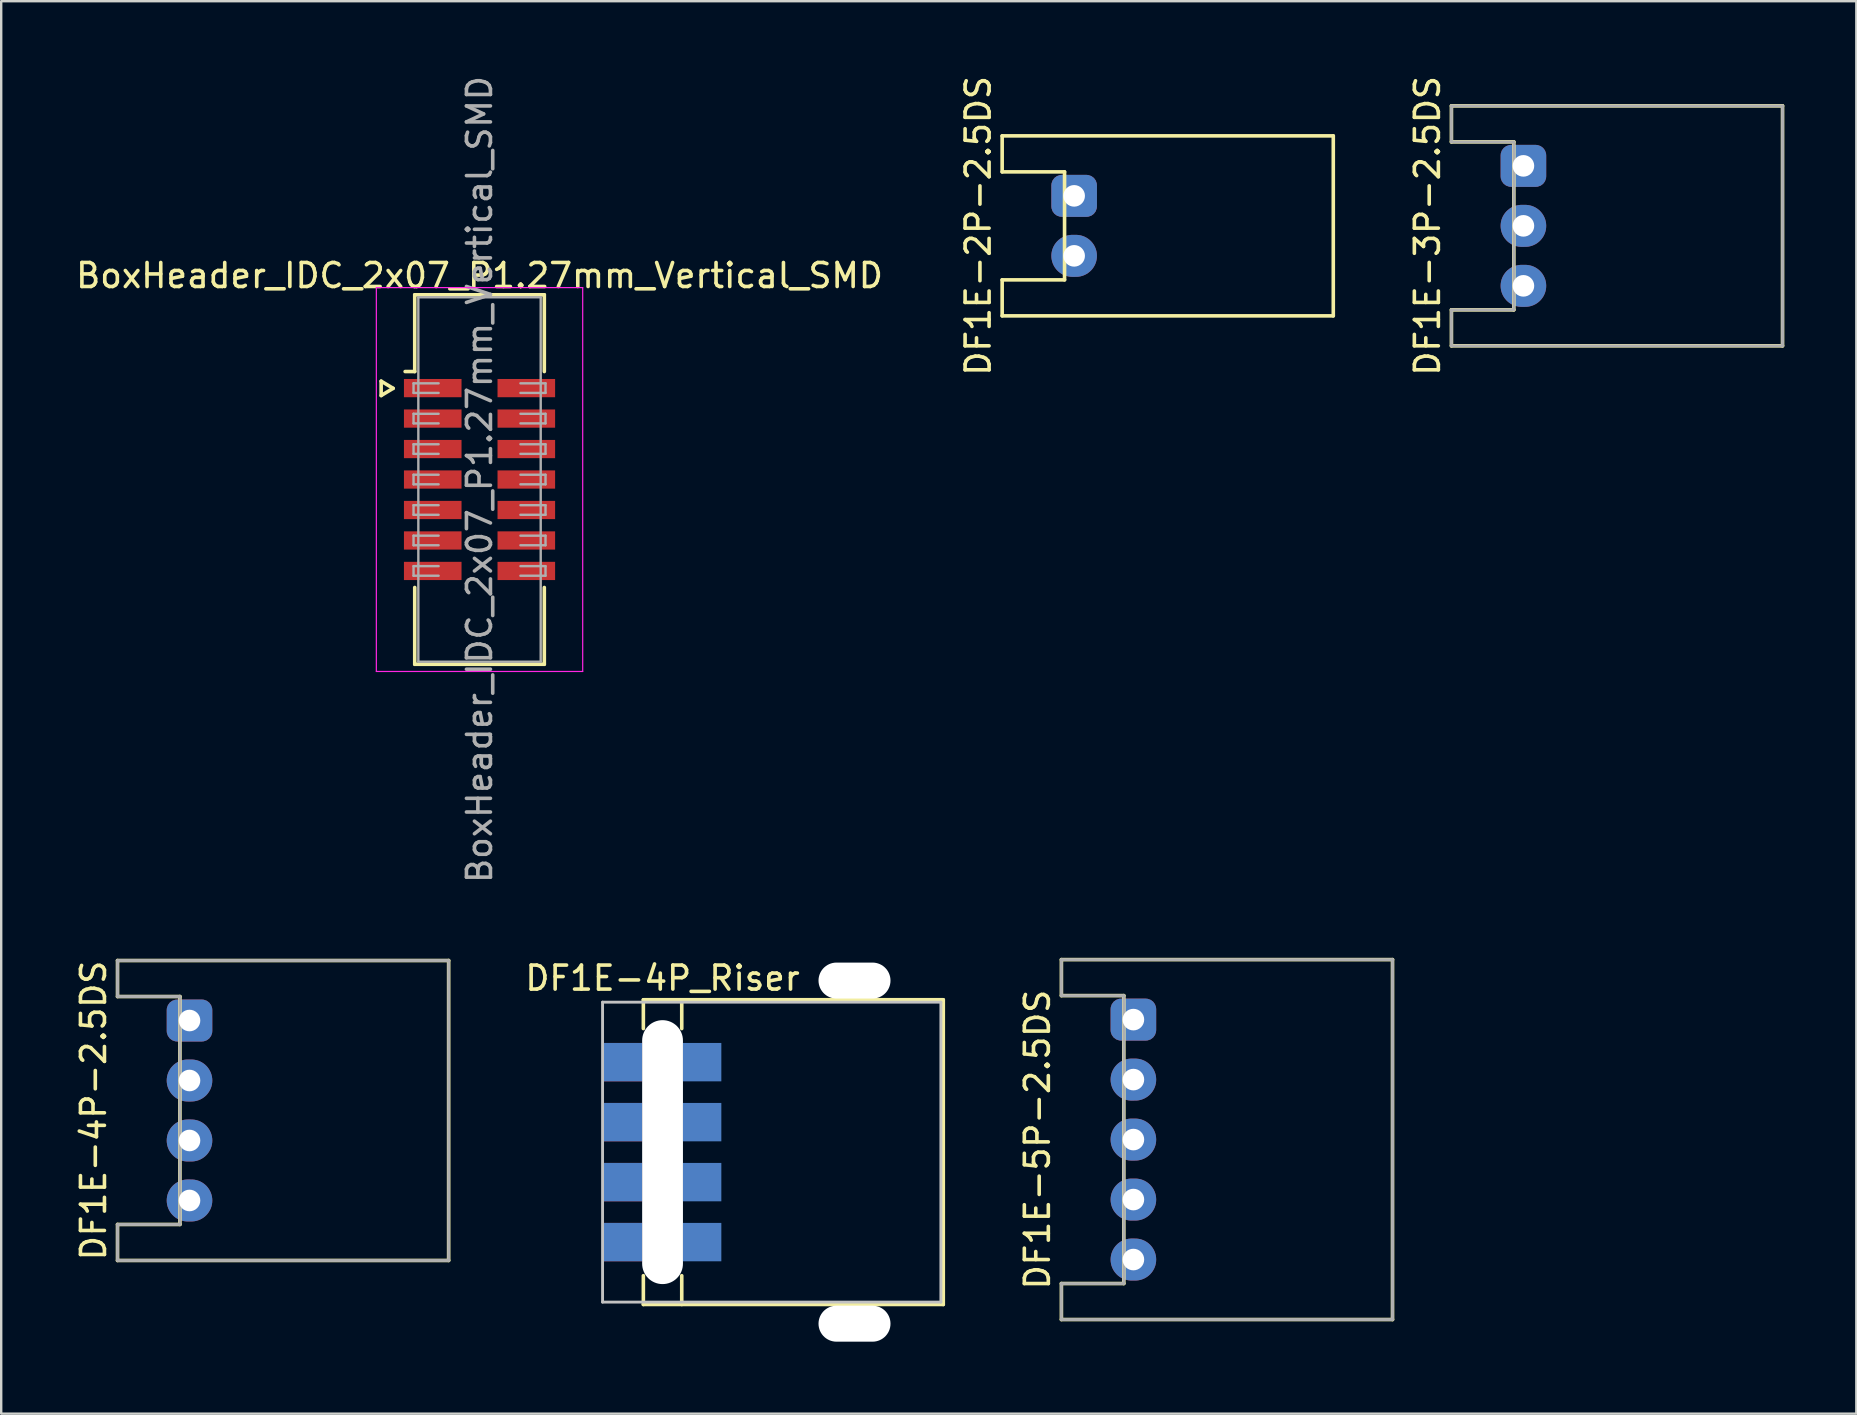
<source format=kicad_pcb>
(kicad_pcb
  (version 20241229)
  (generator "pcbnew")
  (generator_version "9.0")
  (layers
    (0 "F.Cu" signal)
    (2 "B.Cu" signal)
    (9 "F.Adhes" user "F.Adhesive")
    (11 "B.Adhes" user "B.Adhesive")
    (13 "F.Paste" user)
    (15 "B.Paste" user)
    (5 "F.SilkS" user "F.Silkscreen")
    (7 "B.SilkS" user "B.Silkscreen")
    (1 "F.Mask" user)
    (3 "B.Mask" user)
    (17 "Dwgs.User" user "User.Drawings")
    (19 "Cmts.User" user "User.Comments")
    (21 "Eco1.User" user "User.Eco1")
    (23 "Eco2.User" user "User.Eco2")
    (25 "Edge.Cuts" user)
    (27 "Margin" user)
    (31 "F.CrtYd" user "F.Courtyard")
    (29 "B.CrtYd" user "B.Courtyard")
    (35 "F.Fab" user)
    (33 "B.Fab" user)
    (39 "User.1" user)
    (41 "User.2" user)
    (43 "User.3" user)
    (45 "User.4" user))
  (footprint "DF1E-5P-2.5DS"
    (layer "F.Cu")
    (at 44.186 44.444)
    (property "Reference" "DF1E-5P-2.5DS" (at -4 0 90) (layer "F.SilkS") (effects (font (size 1 1) (thickness 0.15))))
    (attr through_hole)
    (fp_line (start -3 -6) (end -3 -7.5) (stroke (width 0.15) (type solid)) (layer "F.SilkS"))
    (fp_line (start -3 7.5) (end -3 6) (stroke (width 0.15) (type solid)) (layer "F.SilkS"))
    (fp_line (start -0.4 -6) (end -3 -6) (stroke (width 0.15) (type solid)) (layer "F.SilkS"))
    (fp_line (start -0.4 6) (end -3 6) (stroke (width 0.15) (type solid)) (layer "F.SilkS"))
    (fp_line (start -0.4 6) (end -0.4 -6) (stroke (width 0.15) (type solid)) (layer "F.SilkS"))
    (fp_line (start 10.8 -7.5) (end -3 -7.5) (stroke (width 0.15) (type solid)) (layer "F.SilkS"))
    (fp_line (start 10.8 7.5) (end -3 7.5) (stroke (width 0.15) (type solid)) (layer "F.SilkS"))
    (fp_line (start 10.8 7.5) (end 10.8 -7.5) (stroke (width 0.15) (type solid)) (layer "F.SilkS"))
    (fp_line (start -3 -7.5) (end -3 -6) (stroke (width 0.12) (type solid)) (layer "F.Fab"))
    (fp_line (start -3 -7.5) (end 10.8 -7.5) (stroke (width 0.12) (type solid)) (layer "F.Fab"))
    (fp_line (start -3 -6) (end -0.4 -6) (stroke (width 0.12) (type solid)) (layer "F.Fab"))
    (fp_line (start -3 6) (end -3 7.5) (stroke (width 0.12) (type solid)) (layer "F.Fab"))
    (fp_line (start -3 6) (end -0.4 6) (stroke (width 0.12) (type solid)) (layer "F.Fab"))
    (fp_line (start -3 7.5) (end 10.8 7.5) (stroke (width 0.12) (type solid)) (layer "F.Fab"))
    (fp_line (start -0.4 -6) (end -0.4 6) (stroke (width 0.12) (type solid)) (layer "F.Fab"))
    (fp_line (start 10.8 -7.5) (end 10.8 7.5) (stroke (width 0.12) (type solid)) (layer "F.Fab"))
    (pad "1" thru_hole roundrect (at 0 -5 180) (size 1.9 1.75) (drill 0.9) (layers "*.Cu" "*.Mask") (roundrect_rratio 0.25))
    (pad "2" thru_hole oval (at 0 -2.5 180) (size 1.9 1.75) (drill 0.9) (layers "*.Cu" "*.Mask"))
    (pad "3" thru_hole oval (at 0 0 180) (size 1.9 1.75) (drill 0.9) (layers "*.Cu" "*.Mask"))
    (pad "4" thru_hole oval (at 0 2.5 180) (size 1.9 1.75) (drill 0.9) (layers "*.Cu" "*.Mask"))
    (pad "5" thru_hole oval (at 0 5 180) (size 1.9 1.75) (drill 0.9) (layers "*.Cu" "*.Mask")))
  (footprint "DF1E-4P_Riser"
    (layer "F.Cu")
    (at 24.563 44.967)
    (property "Reference" "DF1E-4P_Riser" (at 0 -7.25 0) (layer "F.SilkS") (effects (font (size 1 1) (thickness 0.15))))
    (attr through_hole)
    (fp_line (start -0.8 -6.35) (end -0.8 -5.15) (stroke (width 0.15) (type solid)) (layer "F.SilkS"))
    (fp_line (start -0.8 -6.35) (end 11.7 -6.35) (stroke (width 0.15) (type solid)) (layer "F.SilkS"))
    (fp_line (start -0.8 5.15) (end -0.8 6.35) (stroke (width 0.15) (type solid)) (layer "F.SilkS"))
    (fp_line (start -0.8 6.35) (end 11.7 6.35) (stroke (width 0.15) (type solid)) (layer "F.SilkS"))
    (fp_line (start 0.8 -6.35) (end 0.8 -5.15) (stroke (width 0.15) (type solid)) (layer "F.SilkS"))
    (fp_line (start 0.8 5.15) (end 0.8 6.35) (stroke (width 0.15) (type solid)) (layer "F.SilkS"))
    (fp_line (start 11.7 -6.35) (end 11.7 6.35) (stroke (width 0.15) (type solid)) (layer "F.SilkS"))
    (fp_line (start -2.5 -6.25) (end -2.5 6.25) (stroke (width 0.12) (type solid)) (layer "Dwgs.User"))
    (fp_line (start -2.5 -6.25) (end 11.6 -6.25) (stroke (width 0.12) (type solid)) (layer "Dwgs.User"))
    (fp_line (start -2.5 6.25) (end 11.6 6.25) (stroke (width 0.12) (type solid)) (layer "Dwgs.User"))
    (fp_line (start 11.6 -6.25) (end 11.6 6.25) (stroke (width 0.12) (type solid)) (layer "Dwgs.User"))
    (pad "" np_thru_hole oval (at 0 0) (size 1.7 11) (drill oval 1.7 11) (layers "*.Cu" "*.Mask"))
    (pad "" np_thru_hole oval (at 8 -7.15) (size 3 1.5) (drill oval 3 1.5) (layers "*.Cu" "*.Mask"))
    (pad "" np_thru_hole oval (at 8 7.15) (size 3 1.5) (drill oval 3 1.5) (layers "*.Cu" "*.Mask"))
    (pad "1" connect rect (at -1.65 -3.75) (size 1.6 1.6) (layers "F.Cu" "F.Mask"))
    (pad "1" connect rect (at -1.65 -3.75) (size 1.6 1.6) (layers "B.Cu" "B.Mask"))
    (pad "1" connect rect (at 1.65 -3.75) (size 1.6 1.6) (layers "B.Cu" "B.Mask"))
    (pad "2" connect rect (at -1.65 -1.25) (size 1.6 1.6) (layers "F.Cu" "F.Mask"))
    (pad "2" connect rect (at -1.65 -1.25) (size 1.6 1.6) (layers "B.Cu" "B.Mask"))
    (pad "2" connect rect (at 1.65 -1.25) (size 1.6 1.6) (layers "B.Cu" "B.Mask"))
    (pad "3" connect rect (at -1.65 1.25) (size 1.6 1.6) (layers "F.Cu" "F.Mask"))
    (pad "3" connect rect (at -1.65 1.25) (size 1.6 1.6) (layers "B.Cu" "B.Mask"))
    (pad "3" connect rect (at 1.65 1.25) (size 1.6 1.6) (layers "B.Cu" "B.Mask"))
    (pad "4" connect rect (at -1.65 3.75) (size 1.6 1.6) (layers "F.Cu" "F.Mask"))
    (pad "4" connect rect (at -1.65 3.75) (size 1.6 1.6) (layers "B.Cu" "B.Mask"))
    (pad "4" connect rect (at 1.65 3.75) (size 1.6 1.6) (layers "B.Cu" "B.Mask")))
  (footprint "DF1E-3P-2.5DS"
    (layer "F.Cu")
    (at 60.441 6.363)
    (property "Reference" "DF1E-3P-2.5DS" (at -4 0 90) (layer "F.SilkS") (effects (font (size 1 1) (thickness 0.15))))
    (attr through_hole)
    (fp_line (start -3 -3.5) (end -3 -5) (stroke (width 0.15) (type solid)) (layer "F.SilkS"))
    (fp_line (start -3 5) (end -3 3.5) (stroke (width 0.15) (type solid)) (layer "F.SilkS"))
    (fp_line (start -0.4 -3.5) (end -3 -3.5) (stroke (width 0.15) (type solid)) (layer "F.SilkS"))
    (fp_line (start -0.4 3.5) (end -3 3.5) (stroke (width 0.15) (type solid)) (layer "F.SilkS"))
    (fp_line (start -0.4 3.5) (end -0.4 -3.5) (stroke (width 0.15) (type solid)) (layer "F.SilkS"))
    (fp_line (start 10.8 -5) (end -3 -5) (stroke (width 0.15) (type solid)) (layer "F.SilkS"))
    (fp_line (start 10.8 5) (end -3 5) (stroke (width 0.15) (type solid)) (layer "F.SilkS"))
    (fp_line (start 10.8 5) (end 10.8 -5) (stroke (width 0.15) (type solid)) (layer "F.SilkS"))
    (fp_line (start -3 -5) (end -3 -3.5) (stroke (width 0.12) (type solid)) (layer "F.Fab"))
    (fp_line (start -3 -5) (end 10.8 -5) (stroke (width 0.12) (type solid)) (layer "F.Fab"))
    (fp_line (start -3 -3.5) (end -0.4 -3.5) (stroke (width 0.12) (type solid)) (layer "F.Fab"))
    (fp_line (start -3 3.5) (end -3 5) (stroke (width 0.12) (type solid)) (layer "F.Fab"))
    (fp_line (start -3 3.5) (end -0.4 3.5) (stroke (width 0.12) (type solid)) (layer "F.Fab"))
    (fp_line (start -3 5) (end 10.8 5) (stroke (width 0.12) (type solid)) (layer "F.Fab"))
    (fp_line (start -0.4 -3.5) (end -0.4 3.5) (stroke (width 0.12) (type solid)) (layer "F.Fab"))
    (fp_line (start 10.8 -5) (end 10.8 5) (stroke (width 0.12) (type solid)) (layer "F.Fab"))
    (pad "1" thru_hole roundrect (at 0 -2.5 180) (size 1.9 1.75) (drill 0.9) (layers "*.Cu" "*.Mask") (roundrect_rratio 0.25))
    (pad "2" thru_hole oval (at 0 0 180) (size 1.9 1.75) (drill 0.9) (layers "*.Cu" "*.Mask"))
    (pad "3" thru_hole oval (at 0 2.5 180) (size 1.9 1.75) (drill 0.9) (layers "*.Cu" "*.Mask")))
  (footprint "DF1E-4P-2.5DS"
    (layer "F.Cu")
    (at 4.848 43.232)
    (property "Reference" "DF1E-4P-2.5DS" (at -4 0 90) (layer "F.SilkS") (effects (font (size 1 1) (thickness 0.15))))
    (attr through_hole)
    (fp_line (start -3 -4.75) (end -3 -6.25) (stroke (width 0.15) (type solid)) (layer "F.SilkS"))
    (fp_line (start -3 6.25) (end -3 4.75) (stroke (width 0.15) (type solid)) (layer "F.SilkS"))
    (fp_line (start -0.4 -4.75) (end -3 -4.75) (stroke (width 0.15) (type solid)) (layer "F.SilkS"))
    (fp_line (start -0.4 4.75) (end -3 4.75) (stroke (width 0.15) (type solid)) (layer "F.SilkS"))
    (fp_line (start -0.4 4.75) (end -0.4 -4.75) (stroke (width 0.15) (type solid)) (layer "F.SilkS"))
    (fp_line (start 10.8 -6.25) (end -3 -6.25) (stroke (width 0.15) (type solid)) (layer "F.SilkS"))
    (fp_line (start 10.8 6.25) (end -3 6.25) (stroke (width 0.15) (type solid)) (layer "F.SilkS"))
    (fp_line (start 10.8 6.25) (end 10.8 -6.25) (stroke (width 0.15) (type solid)) (layer "F.SilkS"))
    (fp_line (start -3 -6.25) (end -3 -4.75) (stroke (width 0.12) (type solid)) (layer "F.Fab"))
    (fp_line (start -3 -6.25) (end 10.8 -6.25) (stroke (width 0.12) (type solid)) (layer "F.Fab"))
    (fp_line (start -3 -4.75) (end -0.4 -4.75) (stroke (width 0.12) (type solid)) (layer "F.Fab"))
    (fp_line (start -3 4.75) (end -3 6.25) (stroke (width 0.12) (type solid)) (layer "F.Fab"))
    (fp_line (start -3 4.75) (end -0.4 4.75) (stroke (width 0.12) (type solid)) (layer "F.Fab"))
    (fp_line (start -3 6.25) (end 10.8 6.25) (stroke (width 0.12) (type solid)) (layer "F.Fab"))
    (fp_line (start -0.4 -4.75) (end -0.4 4.75) (stroke (width 0.12) (type solid)) (layer "F.Fab"))
    (fp_line (start 10.8 -6.25) (end 10.8 6.25) (stroke (width 0.12) (type solid)) (layer "F.Fab"))
    (pad "1" thru_hole roundrect (at 0 -3.75 180) (size 1.9 1.75) (drill 0.9) (layers "*.Cu" "*.Mask") (roundrect_rratio 0.25))
    (pad "2" thru_hole oval (at 0 -1.25 180) (size 1.9 1.75) (drill 0.9) (layers "*.Cu" "*.Mask"))
    (pad "3" thru_hole oval (at 0 1.25 180) (size 1.9 1.75) (drill 0.9) (layers "*.Cu" "*.Mask"))
    (pad "4" thru_hole oval (at 0 3.75 180) (size 1.9 1.75) (drill 0.9) (layers "*.Cu" "*.Mask")))
  (footprint "DF1E-2P-2.5DS"
    (layer "F.Cu")
    (at 41.717 6.363)
    (property "Reference" "DF1E-2P-2.5DS" (at -4 0 90) (layer "F.SilkS") (effects (font (size 1 1) (thickness 0.15))))
    (attr through_hole)
    (fp_line (start -3 -2.25) (end -3 -3.75) (stroke (width 0.15) (type solid)) (layer "F.SilkS"))
    (fp_line (start -3 3.75) (end -3 2.25) (stroke (width 0.15) (type solid)) (layer "F.SilkS"))
    (fp_line (start -0.4 -2.25) (end -3 -2.25) (stroke (width 0.15) (type solid)) (layer "F.SilkS"))
    (fp_line (start -0.4 2.25) (end -3 2.25) (stroke (width 0.15) (type solid)) (layer "F.SilkS"))
    (fp_line (start -0.4 2.25) (end -0.4 -2.25) (stroke (width 0.15) (type solid)) (layer "F.SilkS"))
    (fp_line (start 10.8 -3.75) (end -3 -3.75) (stroke (width 0.15) (type solid)) (layer "F.SilkS"))
    (fp_line (start 10.8 3.75) (end -3 3.75) (stroke (width 0.15) (type solid)) (layer "F.SilkS"))
    (fp_line (start 10.8 3.75) (end 10.8 -3.75) (stroke (width 0.15) (type solid)) (layer "F.SilkS"))
    (pad "1" thru_hole roundrect (at 0 -1.25 180) (size 1.9 1.75) (drill 0.9) (layers "*.Cu" "*.Mask") (roundrect_rratio 0.25))
    (pad "2" thru_hole oval (at 0 1.25 180) (size 1.9 1.75) (drill 0.9) (layers "*.Cu" "*.Mask")))
  (footprint "BoxHeader_IDC_2x07_P1.27mm_Vertical_SMD"
    (layer "F.Cu")
    (at 16.935 16.935)
    (property "Reference" "BoxHeader_IDC_2x07_P1.27mm_Vertical_SMD" (at 0 -8.5 0) (layer "F.SilkS") (effects (font (size 1 1) (thickness 0.15))))
    (attr smd)
    (fp_line (start -4.1 -4.1) (end -3.6 -3.8) (stroke (width 0.15) (type solid)) (layer "F.SilkS"))
    (fp_line (start -4.1 -3.5) (end -4.1 -4.1) (stroke (width 0.15) (type solid)) (layer "F.SilkS"))
    (fp_line (start -3.6 -3.8) (end -4.1 -3.5) (stroke (width 0.15) (type solid)) (layer "F.SilkS"))
    (fp_line (start -2.7 -7.7) (end 2.7 -7.7) (stroke (width 0.15) (type solid)) (layer "F.SilkS"))
    (fp_line (start -2.7 -4.5) (end -3.1 -4.5) (stroke (width 0.15) (type solid)) (layer "F.SilkS"))
    (fp_line (start -2.7 -4.5) (end -2.7 -7.7) (stroke (width 0.15) (type solid)) (layer "F.SilkS"))
    (fp_line (start -2.7 4.5) (end -2.7 7.7) (stroke (width 0.15) (type solid)) (layer "F.SilkS"))
    (fp_line (start -2.7 7.7) (end 2.7 7.7) (stroke (width 0.15) (type solid)) (layer "F.SilkS"))
    (fp_line (start 2.7 -7.7) (end 2.7 -4.5) (stroke (width 0.15) (type solid)) (layer "F.SilkS"))
    (fp_line (start 2.7 7.7) (end 2.7 4.5) (stroke (width 0.15) (type solid)) (layer "F.SilkS"))
    (fp_line (start -4.3 -8) (end -4.3 8) (stroke (width 0.05) (type solid)) (layer "F.CrtYd"))
    (fp_line (start -4.3 8) (end 4.3 8) (stroke (width 0.05) (type solid)) (layer "F.CrtYd"))
    (fp_line (start 4.3 -8) (end -4.3 -8) (stroke (width 0.05) (type solid)) (layer "F.CrtYd"))
    (fp_line (start 4.3 8) (end 4.3 -8) (stroke (width 0.05) (type solid)) (layer "F.CrtYd"))
    (fp_line (start -2.75 -4.01) (end -2.75 -3.61) (stroke (width 0.1) (type solid)) (layer "F.Fab"))
    (fp_line (start -2.75 -3.61) (end -1.705 -3.61) (stroke (width 0.1) (type solid)) (layer "F.Fab"))
    (fp_line (start -2.75 -2.74) (end -2.75 -2.34) (stroke (width 0.1) (type solid)) (layer "F.Fab"))
    (fp_line (start -2.75 -2.34) (end -1.705 -2.34) (stroke (width 0.1) (type solid)) (layer "F.Fab"))
    (fp_line (start -2.75 -1.47) (end -2.75 -1.07) (stroke (width 0.1) (type solid)) (layer "F.Fab"))
    (fp_line (start -2.75 -1.07) (end -1.705 -1.07) (stroke (width 0.1) (type solid)) (layer "F.Fab"))
    (fp_line (start -2.75 -0.2) (end -2.75 0.2) (stroke (width 0.1) (type solid)) (layer "F.Fab"))
    (fp_line (start -2.75 0.2) (end -1.705 0.2) (stroke (width 0.1) (type solid)) (layer "F.Fab"))
    (fp_line (start -2.75 1.07) (end -2.75 1.47) (stroke (width 0.1) (type solid)) (layer "F.Fab"))
    (fp_line (start -2.75 1.47) (end -1.705 1.47) (stroke (width 0.1) (type solid)) (layer "F.Fab"))
    (fp_line (start -2.75 2.34) (end -2.75 2.74) (stroke (width 0.1) (type solid)) (layer "F.Fab"))
    (fp_line (start -2.75 2.74) (end -1.705 2.74) (stroke (width 0.1) (type solid)) (layer "F.Fab"))
    (fp_line (start -2.75 3.61) (end -2.75 4.01) (stroke (width 0.1) (type solid)) (layer "F.Fab"))
    (fp_line (start -2.75 4.01) (end -1.705 4.01) (stroke (width 0.1) (type solid)) (layer "F.Fab"))
    (fp_line (start -2.55 -7.595) (end 2.55 -7.595) (stroke (width 0.1) (type solid)) (layer "F.Fab"))
    (fp_line (start -2.55 7.595) (end -2.55 -7.595) (stroke (width 0.1) (type solid)) (layer "F.Fab"))
    (fp_line (start -1.705 -4.01) (end -2.75 -4.01) (stroke (width 0.1) (type solid)) (layer "F.Fab"))
    (fp_line (start -1.705 -2.74) (end -2.75 -2.74) (stroke (width 0.1) (type solid)) (layer "F.Fab"))
    (fp_line (start -1.705 -1.47) (end -2.75 -1.47) (stroke (width 0.1) (type solid)) (layer "F.Fab"))
    (fp_line (start -1.705 -0.2) (end -2.75 -0.2) (stroke (width 0.1) (type solid)) (layer "F.Fab"))
    (fp_line (start -1.705 1.07) (end -2.75 1.07) (stroke (width 0.1) (type solid)) (layer "F.Fab"))
    (fp_line (start -1.705 2.34) (end -2.75 2.34) (stroke (width 0.1) (type solid)) (layer "F.Fab"))
    (fp_line (start -1.705 3.61) (end -2.75 3.61) (stroke (width 0.1) (type solid)) (layer "F.Fab"))
    (fp_line (start 1.705 -4.01) (end 2.75 -4.01) (stroke (width 0.1) (type solid)) (layer "F.Fab"))
    (fp_line (start 1.705 -2.74) (end 2.75 -2.74) (stroke (width 0.1) (type solid)) (layer "F.Fab"))
    (fp_line (start 1.705 -1.47) (end 2.75 -1.47) (stroke (width 0.1) (type solid)) (layer "F.Fab"))
    (fp_line (start 1.705 -0.2) (end 2.75 -0.2) (stroke (width 0.1) (type solid)) (layer "F.Fab"))
    (fp_line (start 1.705 1.07) (end 2.75 1.07) (stroke (width 0.1) (type solid)) (layer "F.Fab"))
    (fp_line (start 1.705 2.34) (end 2.75 2.34) (stroke (width 0.1) (type solid)) (layer "F.Fab"))
    (fp_line (start 1.705 3.61) (end 2.75 3.61) (stroke (width 0.1) (type solid)) (layer "F.Fab"))
    (fp_line (start 2.55 -7.595) (end 2.55 7.595) (stroke (width 0.1) (type solid)) (layer "F.Fab"))
    (fp_line (start 2.55 7.595) (end -2.55 7.595) (stroke (width 0.1) (type solid)) (layer "F.Fab"))
    (fp_line (start 2.75 -4.01) (end 2.75 -3.61) (stroke (width 0.1) (type solid)) (layer "F.Fab"))
    (fp_line (start 2.75 -3.61) (end 1.705 -3.61) (stroke (width 0.1) (type solid)) (layer "F.Fab"))
    (fp_line (start 2.75 -2.74) (end 2.75 -2.34) (stroke (width 0.1) (type solid)) (layer "F.Fab"))
    (fp_line (start 2.75 -2.34) (end 1.705 -2.34) (stroke (width 0.1) (type solid)) (layer "F.Fab"))
    (fp_line (start 2.75 -1.47) (end 2.75 -1.07) (stroke (width 0.1) (type solid)) (layer "F.Fab"))
    (fp_line (start 2.75 -1.07) (end 1.705 -1.07) (stroke (width 0.1) (type solid)) (layer "F.Fab"))
    (fp_line (start 2.75 -0.2) (end 2.75 0.2) (stroke (width 0.1) (type solid)) (layer "F.Fab"))
    (fp_line (start 2.75 0.2) (end 1.705 0.2) (stroke (width 0.1) (type solid)) (layer "F.Fab"))
    (fp_line (start 2.75 1.07) (end 2.75 1.47) (stroke (width 0.1) (type solid)) (layer "F.Fab"))
    (fp_line (start 2.75 1.47) (end 1.705 1.47) (stroke (width 0.1) (type solid)) (layer "F.Fab"))
    (fp_line (start 2.75 2.34) (end 2.75 2.74) (stroke (width 0.1) (type solid)) (layer "F.Fab"))
    (fp_line (start 2.75 2.74) (end 1.705 2.74) (stroke (width 0.1) (type solid)) (layer "F.Fab"))
    (fp_line (start 2.75 3.61) (end 2.75 4.01) (stroke (width 0.1) (type solid)) (layer "F.Fab"))
    (fp_line (start 2.75 4.01) (end 1.705 4.01) (stroke (width 0.1) (type solid)) (layer "F.Fab"))
    (fp_text user "${REFERENCE}" (at 0 0 90) (layer "F.Fab") (effects (font (size 1 1) (thickness 0.15))))
    (pad "1" smd rect (at -1.95 -3.81) (size 2.4 0.76) (layers "F.Cu" "F.Mask" "F.Paste"))
    (pad "2" smd rect (at 1.95 -3.81) (size 2.4 0.76) (layers "F.Cu" "F.Mask" "F.Paste"))
    (pad "3" smd rect (at -1.95 -2.54) (size 2.4 0.76) (layers "F.Cu" "F.Mask" "F.Paste"))
    (pad "4" smd rect (at 1.95 -2.54) (size 2.4 0.76) (layers "F.Cu" "F.Mask" "F.Paste"))
    (pad "5" smd rect (at -1.95 -1.27) (size 2.4 0.76) (layers "F.Cu" "F.Mask" "F.Paste"))
    (pad "6" smd rect (at 1.95 -1.27) (size 2.4 0.76) (layers "F.Cu" "F.Mask" "F.Paste"))
    (pad "7" smd rect (at -1.95 0) (size 2.4 0.76) (layers "F.Cu" "F.Mask" "F.Paste"))
    (pad "8" smd rect (at 1.95 0) (size 2.4 0.76) (layers "F.Cu" "F.Mask" "F.Paste"))
    (pad "9" smd rect (at -1.95 1.27) (size 2.4 0.76) (layers "F.Cu" "F.Mask" "F.Paste"))
    (pad "10" smd rect (at 1.95 1.27) (size 2.4 0.76) (layers "F.Cu" "F.Mask" "F.Paste"))
    (pad "11" smd rect (at -1.95 2.54) (size 2.4 0.76) (layers "F.Cu" "F.Mask" "F.Paste"))
    (pad "12" smd rect (at 1.95 2.54) (size 2.4 0.76) (layers "F.Cu" "F.Mask" "F.Paste"))
    (pad "13" smd rect (at -1.95 3.81) (size 2.4 0.76) (layers "F.Cu" "F.Mask" "F.Paste"))
    (pad "14" smd rect (at 1.95 3.81) (size 2.4 0.76) (layers "F.Cu" "F.Mask" "F.Paste")))
  (gr_rect
    (start -3 -3)
    (end 74.316 55.867)
    (stroke (width 0.1) (type default))
    (fill no)
    (layer "Edge.Cuts")))
</source>
